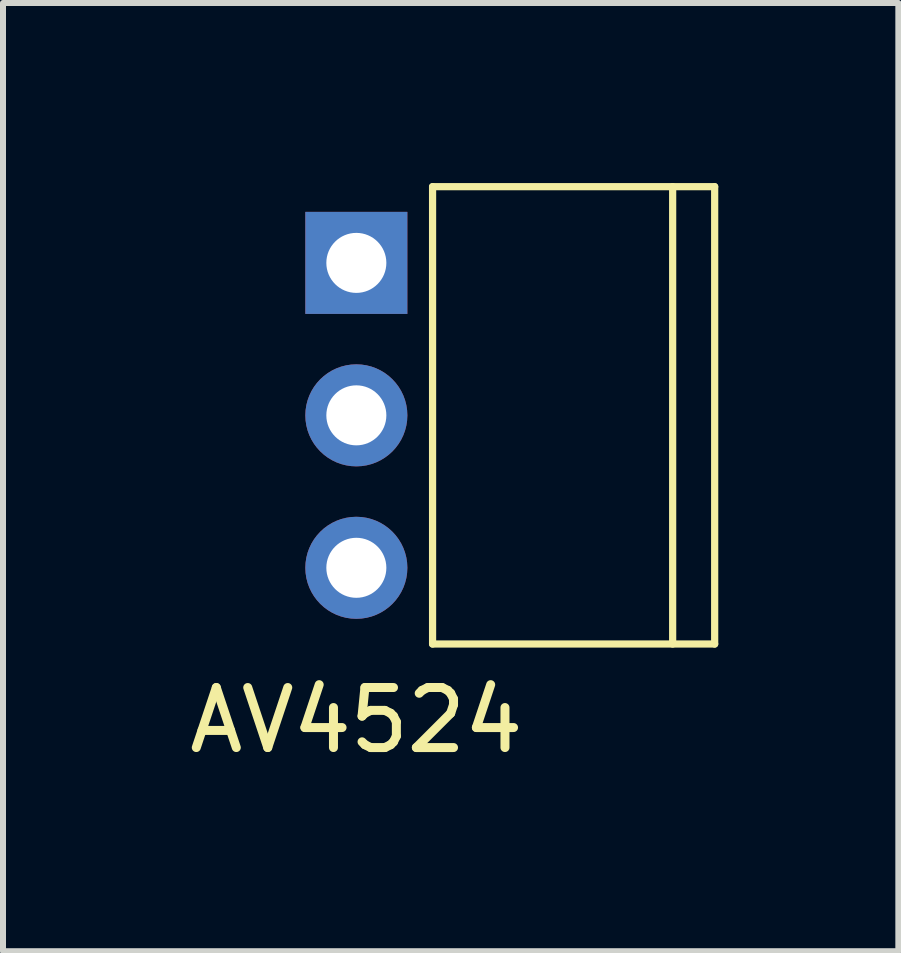
<source format=kicad_pcb>
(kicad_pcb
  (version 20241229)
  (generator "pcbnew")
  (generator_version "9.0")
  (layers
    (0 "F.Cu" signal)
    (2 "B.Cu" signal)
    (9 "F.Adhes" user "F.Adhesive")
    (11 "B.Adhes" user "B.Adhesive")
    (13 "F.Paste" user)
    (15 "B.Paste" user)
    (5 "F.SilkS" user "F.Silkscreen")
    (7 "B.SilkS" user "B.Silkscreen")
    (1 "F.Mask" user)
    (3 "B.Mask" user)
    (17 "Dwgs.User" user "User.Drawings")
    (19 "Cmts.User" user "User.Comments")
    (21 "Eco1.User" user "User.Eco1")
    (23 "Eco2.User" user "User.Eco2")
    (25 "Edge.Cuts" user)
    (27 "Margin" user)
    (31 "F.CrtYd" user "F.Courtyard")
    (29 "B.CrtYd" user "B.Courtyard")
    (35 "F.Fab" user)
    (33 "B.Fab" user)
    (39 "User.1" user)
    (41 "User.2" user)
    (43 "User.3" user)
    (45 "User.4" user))
  (footprint "AV4524"
    (layer "F.Cu")
    (at 2.887 3.87)
    (property "Reference" "AV4524" (at 0 5.08 0) (layer "F.SilkS") (effects (font (size 1 1) (thickness 0.15))))
    (attr through_hole)
    (fp_line (start 1.27 -3.81) (end 5.97 -3.81) (stroke (width 0.12) (type solid)) (layer "F.SilkS"))
    (fp_line (start 1.27 3.81) (end 1.27 -3.81) (stroke (width 0.12) (type solid)) (layer "F.SilkS"))
    (fp_line (start 5.27 -3.81) (end 5.27 3.81) (stroke (width 0.12) (type solid)) (layer "F.SilkS"))
    (fp_line (start 5.97 -3.81) (end 5.97 3.81) (stroke (width 0.12) (type solid)) (layer "F.SilkS"))
    (fp_line (start 5.97 3.81) (end 1.27 3.81) (stroke (width 0.12) (type solid)) (layer "F.SilkS"))
    (pad "1" thru_hole rect (at 0 -2.54) (size 1.7 1.7) (drill 1) (layers "*.Cu" "*.Mask"))
    (pad "2" thru_hole circle (at 0 0) (size 1.7 1.7) (drill 1) (layers "*.Cu" "*.Mask"))
    (pad "3" thru_hole circle (at 0 2.54) (size 1.7 1.7) (drill 1) (layers "*.Cu" "*.Mask")))
  (gr_rect
    (start -3 -3)
    (end 11.917 12.798)
    (stroke (width 0.1) (type default))
    (fill no)
    (layer "Edge.Cuts")))
</source>
